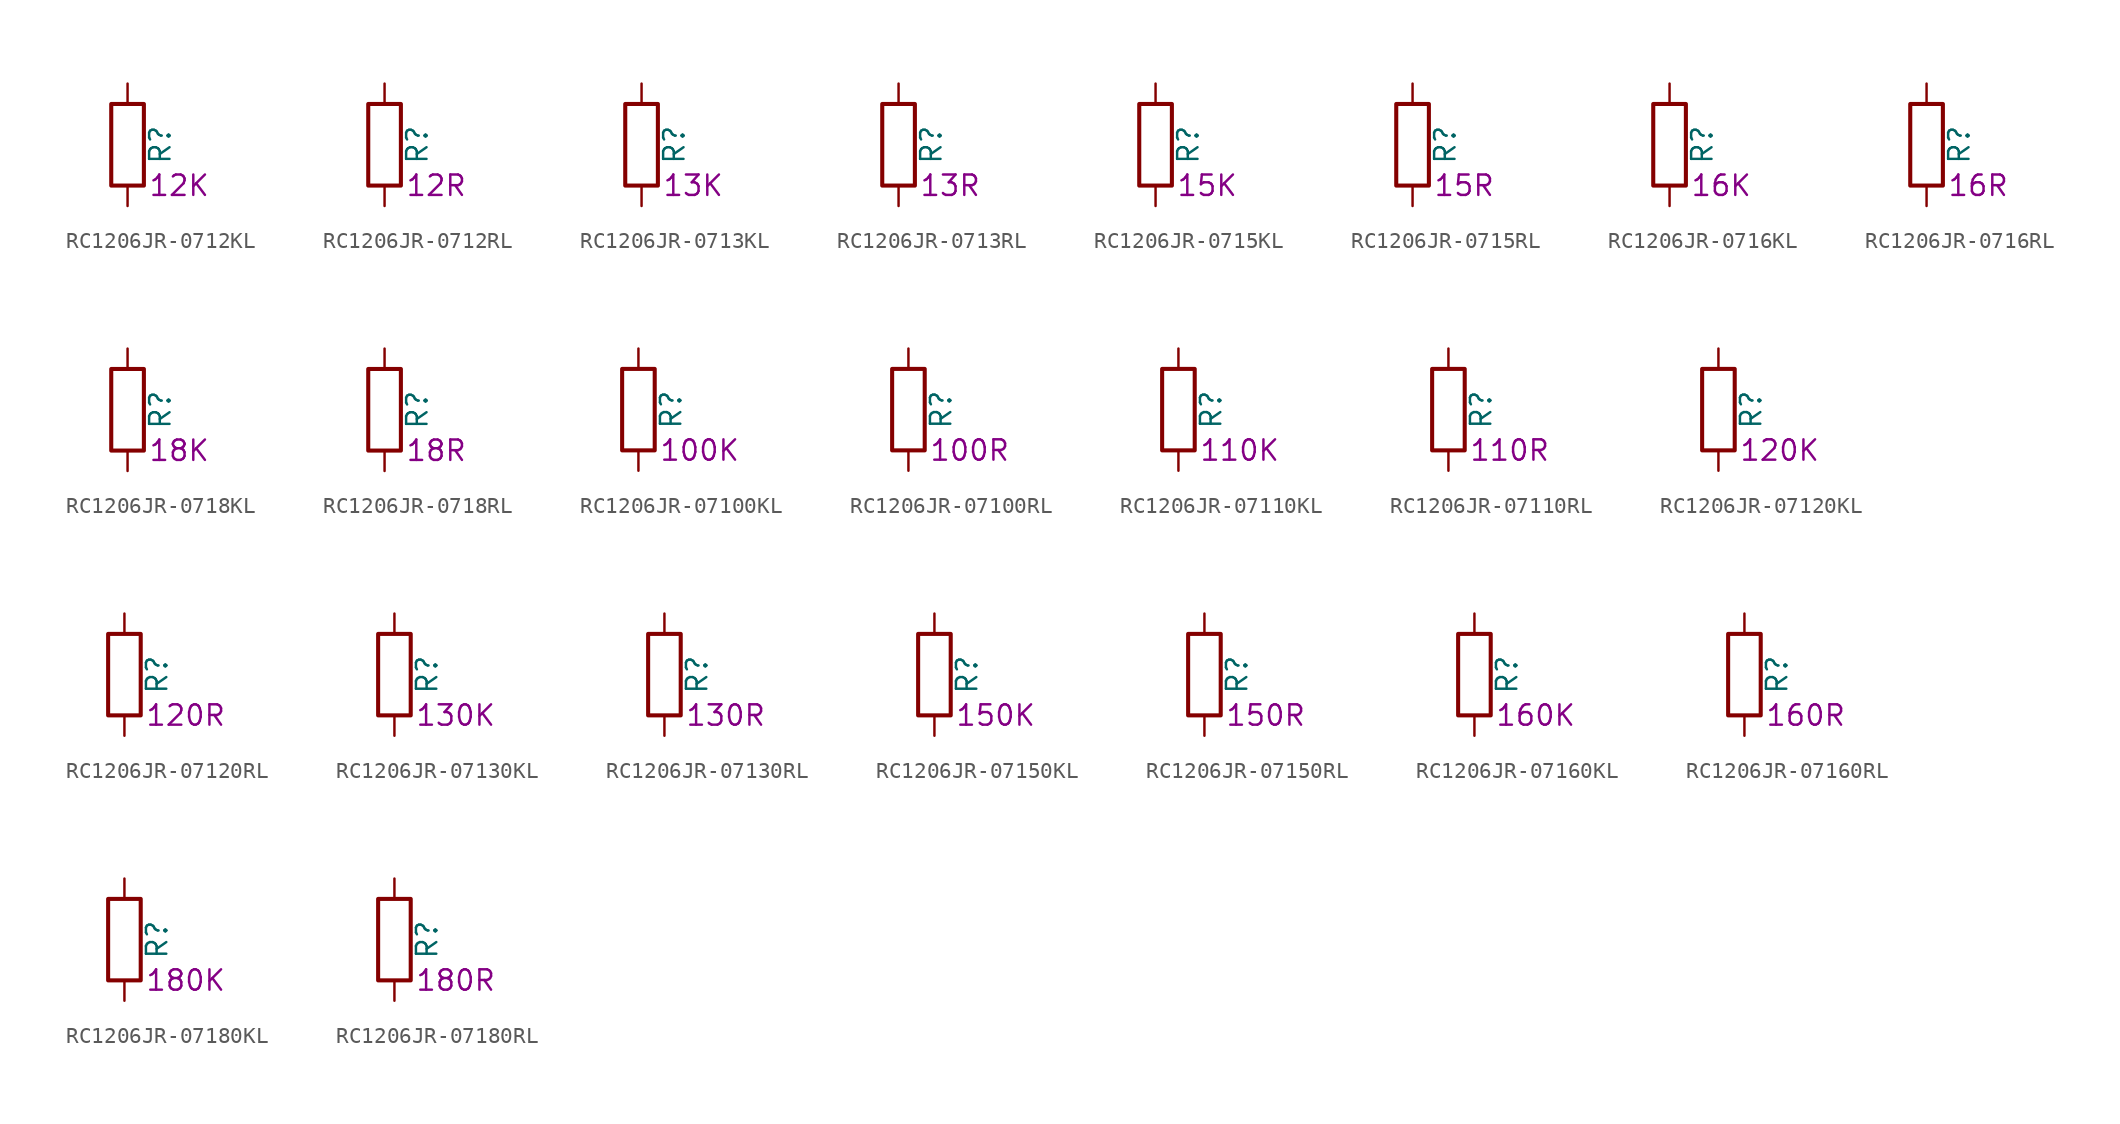
<source format=kicad_sym>
(kicad_symbol_lib
  (version 20220914)
  (generator kicad_symbol_editor)
  (symbol "RC1206JR-0712KL"
    (pin_numbers hide)
    (pin_names
      (offset 0))
    (property "Reference" "R"
      (at 2.032 0 90)
      (effects (font (size 1.27 1.27))))
    (property "Resistance" "12K"
      (at 1.27 -2.54 0)
      (effects (font (size 1.27 1.27)) (justify left)))
    (symbol "RC1206JR-0712KL_0_1"
      (rectangle (start -1.016 -2.54) (end 1.016 2.54) (stroke (width 0.254) (type default)) (fill (type none))))
    (symbol "RC1206JR-0712KL_1_1"
      (pin passive line (at 0 3.81 270) (length 1.27) (name "~" (effects (font (size 1.27 1.27)))) (number "1" (effects (font (size 1.27 1.27)))))
      (pin passive line (at 0 -3.81 90) (length 1.27) (name "~" (effects (font (size 1.27 1.27)))) (number "2" (effects (font (size 1.27 1.27)))))))
  (symbol "RC1206JR-0712RL"
    (pin_numbers hide)
    (pin_names
      (offset 0))
    (property "Reference" "R"
      (at 2.032 0 90)
      (effects (font (size 1.27 1.27))))
    (property "Resistance" "12R"
      (at 1.27 -2.54 0)
      (effects (font (size 1.27 1.27)) (justify left)))
    (symbol "RC1206JR-0712RL_0_1"
      (rectangle (start -1.016 -2.54) (end 1.016 2.54) (stroke (width 0.254) (type default)) (fill (type none))))
    (symbol "RC1206JR-0712RL_1_1"
      (pin passive line (at 0 3.81 270) (length 1.27) (name "~" (effects (font (size 1.27 1.27)))) (number "1" (effects (font (size 1.27 1.27)))))
      (pin passive line (at 0 -3.81 90) (length 1.27) (name "~" (effects (font (size 1.27 1.27)))) (number "2" (effects (font (size 1.27 1.27)))))))
  (symbol "RC1206JR-0713KL"
    (pin_numbers hide)
    (pin_names
      (offset 0))
    (property "Reference" "R"
      (at 2.032 0 90)
      (effects (font (size 1.27 1.27))))
    (property "Resistance" "13K"
      (at 1.27 -2.54 0)
      (effects (font (size 1.27 1.27)) (justify left)))
    (symbol "RC1206JR-0713KL_0_1"
      (rectangle (start -1.016 -2.54) (end 1.016 2.54) (stroke (width 0.254) (type default)) (fill (type none))))
    (symbol "RC1206JR-0713KL_1_1"
      (pin passive line (at 0 3.81 270) (length 1.27) (name "~" (effects (font (size 1.27 1.27)))) (number "1" (effects (font (size 1.27 1.27)))))
      (pin passive line (at 0 -3.81 90) (length 1.27) (name "~" (effects (font (size 1.27 1.27)))) (number "2" (effects (font (size 1.27 1.27)))))))
  (symbol "RC1206JR-0713RL"
    (pin_numbers hide)
    (pin_names
      (offset 0))
    (property "Reference" "R"
      (at 2.032 0 90)
      (effects (font (size 1.27 1.27))))
    (property "Resistance" "13R"
      (at 1.27 -2.54 0)
      (effects (font (size 1.27 1.27)) (justify left)))
    (symbol "RC1206JR-0713RL_0_1"
      (rectangle (start -1.016 -2.54) (end 1.016 2.54) (stroke (width 0.254) (type default)) (fill (type none))))
    (symbol "RC1206JR-0713RL_1_1"
      (pin passive line (at 0 3.81 270) (length 1.27) (name "~" (effects (font (size 1.27 1.27)))) (number "1" (effects (font (size 1.27 1.27)))))
      (pin passive line (at 0 -3.81 90) (length 1.27) (name "~" (effects (font (size 1.27 1.27)))) (number "2" (effects (font (size 1.27 1.27)))))))
  (symbol "RC1206JR-0715KL"
    (pin_numbers hide)
    (pin_names
      (offset 0))
    (property "Reference" "R"
      (at 2.032 0 90)
      (effects (font (size 1.27 1.27))))
    (property "Resistance" "15K"
      (at 1.27 -2.54 0)
      (effects (font (size 1.27 1.27)) (justify left)))
    (symbol "RC1206JR-0715KL_0_1"
      (rectangle (start -1.016 -2.54) (end 1.016 2.54) (stroke (width 0.254) (type default)) (fill (type none))))
    (symbol "RC1206JR-0715KL_1_1"
      (pin passive line (at 0 3.81 270) (length 1.27) (name "~" (effects (font (size 1.27 1.27)))) (number "1" (effects (font (size 1.27 1.27)))))
      (pin passive line (at 0 -3.81 90) (length 1.27) (name "~" (effects (font (size 1.27 1.27)))) (number "2" (effects (font (size 1.27 1.27)))))))
  (symbol "RC1206JR-0715RL"
    (pin_numbers hide)
    (pin_names
      (offset 0))
    (property "Reference" "R"
      (at 2.032 0 90)
      (effects (font (size 1.27 1.27))))
    (property "Resistance" "15R"
      (at 1.27 -2.54 0)
      (effects (font (size 1.27 1.27)) (justify left)))
    (symbol "RC1206JR-0715RL_0_1"
      (rectangle (start -1.016 -2.54) (end 1.016 2.54) (stroke (width 0.254) (type default)) (fill (type none))))
    (symbol "RC1206JR-0715RL_1_1"
      (pin passive line (at 0 3.81 270) (length 1.27) (name "~" (effects (font (size 1.27 1.27)))) (number "1" (effects (font (size 1.27 1.27)))))
      (pin passive line (at 0 -3.81 90) (length 1.27) (name "~" (effects (font (size 1.27 1.27)))) (number "2" (effects (font (size 1.27 1.27)))))))
  (symbol "RC1206JR-0716KL"
    (pin_numbers hide)
    (pin_names
      (offset 0))
    (property "Reference" "R"
      (at 2.032 0 90)
      (effects (font (size 1.27 1.27))))
    (property "Resistance" "16K"
      (at 1.27 -2.54 0)
      (effects (font (size 1.27 1.27)) (justify left)))
    (symbol "RC1206JR-0716KL_0_1"
      (rectangle (start -1.016 -2.54) (end 1.016 2.54) (stroke (width 0.254) (type default)) (fill (type none))))
    (symbol "RC1206JR-0716KL_1_1"
      (pin passive line (at 0 3.81 270) (length 1.27) (name "~" (effects (font (size 1.27 1.27)))) (number "1" (effects (font (size 1.27 1.27)))))
      (pin passive line (at 0 -3.81 90) (length 1.27) (name "~" (effects (font (size 1.27 1.27)))) (number "2" (effects (font (size 1.27 1.27)))))))
  (symbol "RC1206JR-0716RL"
    (pin_numbers hide)
    (pin_names
      (offset 0))
    (property "Reference" "R"
      (at 2.032 0 90)
      (effects (font (size 1.27 1.27))))
    (property "Resistance" "16R"
      (at 1.27 -2.54 0)
      (effects (font (size 1.27 1.27)) (justify left)))
    (symbol "RC1206JR-0716RL_0_1"
      (rectangle (start -1.016 -2.54) (end 1.016 2.54) (stroke (width 0.254) (type default)) (fill (type none))))
    (symbol "RC1206JR-0716RL_1_1"
      (pin passive line (at 0 3.81 270) (length 1.27) (name "~" (effects (font (size 1.27 1.27)))) (number "1" (effects (font (size 1.27 1.27)))))
      (pin passive line (at 0 -3.81 90) (length 1.27) (name "~" (effects (font (size 1.27 1.27)))) (number "2" (effects (font (size 1.27 1.27)))))))
  (symbol "RC1206JR-0718KL"
    (pin_numbers hide)
    (pin_names
      (offset 0))
    (property "Reference" "R"
      (at 2.032 0 90)
      (effects (font (size 1.27 1.27))))
    (property "Resistance" "18K"
      (at 1.27 -2.54 0)
      (effects (font (size 1.27 1.27)) (justify left)))
    (symbol "RC1206JR-0718KL_0_1"
      (rectangle (start -1.016 -2.54) (end 1.016 2.54) (stroke (width 0.254) (type default)) (fill (type none))))
    (symbol "RC1206JR-0718KL_1_1"
      (pin passive line (at 0 3.81 270) (length 1.27) (name "~" (effects (font (size 1.27 1.27)))) (number "1" (effects (font (size 1.27 1.27)))))
      (pin passive line (at 0 -3.81 90) (length 1.27) (name "~" (effects (font (size 1.27 1.27)))) (number "2" (effects (font (size 1.27 1.27)))))))
  (symbol "RC1206JR-0718RL"
    (pin_numbers hide)
    (pin_names
      (offset 0))
    (property "Reference" "R"
      (at 2.032 0 90)
      (effects (font (size 1.27 1.27))))
    (property "Resistance" "18R"
      (at 1.27 -2.54 0)
      (effects (font (size 1.27 1.27)) (justify left)))
    (symbol "RC1206JR-0718RL_0_1"
      (rectangle (start -1.016 -2.54) (end 1.016 2.54) (stroke (width 0.254) (type default)) (fill (type none))))
    (symbol "RC1206JR-0718RL_1_1"
      (pin passive line (at 0 3.81 270) (length 1.27) (name "~" (effects (font (size 1.27 1.27)))) (number "1" (effects (font (size 1.27 1.27)))))
      (pin passive line (at 0 -3.81 90) (length 1.27) (name "~" (effects (font (size 1.27 1.27)))) (number "2" (effects (font (size 1.27 1.27)))))))
  (symbol "RC1206JR-07100KL"
    (pin_numbers hide)
    (pin_names
      (offset 0))
    (property "Reference" "R"
      (at 2.032 0 90)
      (effects (font (size 1.27 1.27))))
    (property "Resistance" "100K"
      (at 1.27 -2.54 0)
      (effects (font (size 1.27 1.27)) (justify left)))
    (symbol "RC1206JR-07100KL_0_1"
      (rectangle (start -1.016 -2.54) (end 1.016 2.54) (stroke (width 0.254) (type default)) (fill (type none))))
    (symbol "RC1206JR-07100KL_1_1"
      (pin passive line (at 0 3.81 270) (length 1.27) (name "~" (effects (font (size 1.27 1.27)))) (number "1" (effects (font (size 1.27 1.27)))))
      (pin passive line (at 0 -3.81 90) (length 1.27) (name "~" (effects (font (size 1.27 1.27)))) (number "2" (effects (font (size 1.27 1.27)))))))
  (symbol "RC1206JR-07100RL"
    (pin_numbers hide)
    (pin_names
      (offset 0))
    (property "Reference" "R"
      (at 2.032 0 90)
      (effects (font (size 1.27 1.27))))
    (property "Resistance" "100R"
      (at 1.27 -2.54 0)
      (effects (font (size 1.27 1.27)) (justify left)))
    (symbol "RC1206JR-07100RL_0_1"
      (rectangle (start -1.016 -2.54) (end 1.016 2.54) (stroke (width 0.254) (type default)) (fill (type none))))
    (symbol "RC1206JR-07100RL_1_1"
      (pin passive line (at 0 3.81 270) (length 1.27) (name "~" (effects (font (size 1.27 1.27)))) (number "1" (effects (font (size 1.27 1.27)))))
      (pin passive line (at 0 -3.81 90) (length 1.27) (name "~" (effects (font (size 1.27 1.27)))) (number "2" (effects (font (size 1.27 1.27)))))))
  (symbol "RC1206JR-07110KL"
    (pin_numbers hide)
    (pin_names
      (offset 0))
    (property "Reference" "R"
      (at 2.032 0 90)
      (effects (font (size 1.27 1.27))))
    (property "Resistance" "110K"
      (at 1.27 -2.54 0)
      (effects (font (size 1.27 1.27)) (justify left)))
    (symbol "RC1206JR-07110KL_0_1"
      (rectangle (start -1.016 -2.54) (end 1.016 2.54) (stroke (width 0.254) (type default)) (fill (type none))))
    (symbol "RC1206JR-07110KL_1_1"
      (pin passive line (at 0 3.81 270) (length 1.27) (name "~" (effects (font (size 1.27 1.27)))) (number "1" (effects (font (size 1.27 1.27)))))
      (pin passive line (at 0 -3.81 90) (length 1.27) (name "~" (effects (font (size 1.27 1.27)))) (number "2" (effects (font (size 1.27 1.27)))))))
  (symbol "RC1206JR-07110RL"
    (pin_numbers hide)
    (pin_names
      (offset 0))
    (property "Reference" "R"
      (at 2.032 0 90)
      (effects (font (size 1.27 1.27))))
    (property "Resistance" "110R"
      (at 1.27 -2.54 0)
      (effects (font (size 1.27 1.27)) (justify left)))
    (symbol "RC1206JR-07110RL_0_1"
      (rectangle (start -1.016 -2.54) (end 1.016 2.54) (stroke (width 0.254) (type default)) (fill (type none))))
    (symbol "RC1206JR-07110RL_1_1"
      (pin passive line (at 0 3.81 270) (length 1.27) (name "~" (effects (font (size 1.27 1.27)))) (number "1" (effects (font (size 1.27 1.27)))))
      (pin passive line (at 0 -3.81 90) (length 1.27) (name "~" (effects (font (size 1.27 1.27)))) (number "2" (effects (font (size 1.27 1.27)))))))
  (symbol "RC1206JR-07120KL"
    (pin_numbers hide)
    (pin_names
      (offset 0))
    (property "Reference" "R"
      (at 2.032 0 90)
      (effects (font (size 1.27 1.27))))
    (property "Resistance" "120K"
      (at 1.27 -2.54 0)
      (effects (font (size 1.27 1.27)) (justify left)))
    (symbol "RC1206JR-07120KL_0_1"
      (rectangle (start -1.016 -2.54) (end 1.016 2.54) (stroke (width 0.254) (type default)) (fill (type none))))
    (symbol "RC1206JR-07120KL_1_1"
      (pin passive line (at 0 3.81 270) (length 1.27) (name "~" (effects (font (size 1.27 1.27)))) (number "1" (effects (font (size 1.27 1.27)))))
      (pin passive line (at 0 -3.81 90) (length 1.27) (name "~" (effects (font (size 1.27 1.27)))) (number "2" (effects (font (size 1.27 1.27)))))))
  (symbol "RC1206JR-07120RL"
    (pin_numbers hide)
    (pin_names
      (offset 0))
    (property "Reference" "R"
      (at 2.032 0 90)
      (effects (font (size 1.27 1.27))))
    (property "Resistance" "120R"
      (at 1.27 -2.54 0)
      (effects (font (size 1.27 1.27)) (justify left)))
    (symbol "RC1206JR-07120RL_0_1"
      (rectangle (start -1.016 -2.54) (end 1.016 2.54) (stroke (width 0.254) (type default)) (fill (type none))))
    (symbol "RC1206JR-07120RL_1_1"
      (pin passive line (at 0 3.81 270) (length 1.27) (name "~" (effects (font (size 1.27 1.27)))) (number "1" (effects (font (size 1.27 1.27)))))
      (pin passive line (at 0 -3.81 90) (length 1.27) (name "~" (effects (font (size 1.27 1.27)))) (number "2" (effects (font (size 1.27 1.27)))))))
  (symbol "RC1206JR-07130KL"
    (pin_numbers hide)
    (pin_names
      (offset 0))
    (property "Reference" "R"
      (at 2.032 0 90)
      (effects (font (size 1.27 1.27))))
    (property "Resistance" "130K"
      (at 1.27 -2.54 0)
      (effects (font (size 1.27 1.27)) (justify left)))
    (symbol "RC1206JR-07130KL_0_1"
      (rectangle (start -1.016 -2.54) (end 1.016 2.54) (stroke (width 0.254) (type default)) (fill (type none))))
    (symbol "RC1206JR-07130KL_1_1"
      (pin passive line (at 0 3.81 270) (length 1.27) (name "~" (effects (font (size 1.27 1.27)))) (number "1" (effects (font (size 1.27 1.27)))))
      (pin passive line (at 0 -3.81 90) (length 1.27) (name "~" (effects (font (size 1.27 1.27)))) (number "2" (effects (font (size 1.27 1.27)))))))
  (symbol "RC1206JR-07130RL"
    (pin_numbers hide)
    (pin_names
      (offset 0))
    (property "Reference" "R"
      (at 2.032 0 90)
      (effects (font (size 1.27 1.27))))
    (property "Resistance" "130R"
      (at 1.27 -2.54 0)
      (effects (font (size 1.27 1.27)) (justify left)))
    (symbol "RC1206JR-07130RL_0_1"
      (rectangle (start -1.016 -2.54) (end 1.016 2.54) (stroke (width 0.254) (type default)) (fill (type none))))
    (symbol "RC1206JR-07130RL_1_1"
      (pin passive line (at 0 3.81 270) (length 1.27) (name "~" (effects (font (size 1.27 1.27)))) (number "1" (effects (font (size 1.27 1.27)))))
      (pin passive line (at 0 -3.81 90) (length 1.27) (name "~" (effects (font (size 1.27 1.27)))) (number "2" (effects (font (size 1.27 1.27)))))))
  (symbol "RC1206JR-07150KL"
    (pin_numbers hide)
    (pin_names
      (offset 0))
    (property "Reference" "R"
      (at 2.032 0 90)
      (effects (font (size 1.27 1.27))))
    (property "Resistance" "150K"
      (at 1.27 -2.54 0)
      (effects (font (size 1.27 1.27)) (justify left)))
    (symbol "RC1206JR-07150KL_0_1"
      (rectangle (start -1.016 -2.54) (end 1.016 2.54) (stroke (width 0.254) (type default)) (fill (type none))))
    (symbol "RC1206JR-07150KL_1_1"
      (pin passive line (at 0 3.81 270) (length 1.27) (name "~" (effects (font (size 1.27 1.27)))) (number "1" (effects (font (size 1.27 1.27)))))
      (pin passive line (at 0 -3.81 90) (length 1.27) (name "~" (effects (font (size 1.27 1.27)))) (number "2" (effects (font (size 1.27 1.27)))))))
  (symbol "RC1206JR-07150RL"
    (pin_numbers hide)
    (pin_names
      (offset 0))
    (property "Reference" "R"
      (at 2.032 0 90)
      (effects (font (size 1.27 1.27))))
    (property "Resistance" "150R"
      (at 1.27 -2.54 0)
      (effects (font (size 1.27 1.27)) (justify left)))
    (symbol "RC1206JR-07150RL_0_1"
      (rectangle (start -1.016 -2.54) (end 1.016 2.54) (stroke (width 0.254) (type default)) (fill (type none))))
    (symbol "RC1206JR-07150RL_1_1"
      (pin passive line (at 0 3.81 270) (length 1.27) (name "~" (effects (font (size 1.27 1.27)))) (number "1" (effects (font (size 1.27 1.27)))))
      (pin passive line (at 0 -3.81 90) (length 1.27) (name "~" (effects (font (size 1.27 1.27)))) (number "2" (effects (font (size 1.27 1.27)))))))
  (symbol "RC1206JR-07160KL"
    (pin_numbers hide)
    (pin_names
      (offset 0))
    (property "Reference" "R"
      (at 2.032 0 90)
      (effects (font (size 1.27 1.27))))
    (property "Resistance" "160K"
      (at 1.27 -2.54 0)
      (effects (font (size 1.27 1.27)) (justify left)))
    (symbol "RC1206JR-07160KL_0_1"
      (rectangle (start -1.016 -2.54) (end 1.016 2.54) (stroke (width 0.254) (type default)) (fill (type none))))
    (symbol "RC1206JR-07160KL_1_1"
      (pin passive line (at 0 3.81 270) (length 1.27) (name "~" (effects (font (size 1.27 1.27)))) (number "1" (effects (font (size 1.27 1.27)))))
      (pin passive line (at 0 -3.81 90) (length 1.27) (name "~" (effects (font (size 1.27 1.27)))) (number "2" (effects (font (size 1.27 1.27)))))))
  (symbol "RC1206JR-07160RL"
    (pin_numbers hide)
    (pin_names
      (offset 0))
    (property "Reference" "R"
      (at 2.032 0 90)
      (effects (font (size 1.27 1.27))))
    (property "Resistance" "160R"
      (at 1.27 -2.54 0)
      (effects (font (size 1.27 1.27)) (justify left)))
    (symbol "RC1206JR-07160RL_0_1"
      (rectangle (start -1.016 -2.54) (end 1.016 2.54) (stroke (width 0.254) (type default)) (fill (type none))))
    (symbol "RC1206JR-07160RL_1_1"
      (pin passive line (at 0 3.81 270) (length 1.27) (name "~" (effects (font (size 1.27 1.27)))) (number "1" (effects (font (size 1.27 1.27)))))
      (pin passive line (at 0 -3.81 90) (length 1.27) (name "~" (effects (font (size 1.27 1.27)))) (number "2" (effects (font (size 1.27 1.27)))))))
  (symbol "RC1206JR-07180KL"
    (pin_numbers hide)
    (pin_names
      (offset 0))
    (property "Reference" "R"
      (at 2.032 0 90)
      (effects (font (size 1.27 1.27))))
    (property "Resistance" "180K"
      (at 1.27 -2.54 0)
      (effects (font (size 1.27 1.27)) (justify left)))
    (symbol "RC1206JR-07180KL_0_1"
      (rectangle (start -1.016 -2.54) (end 1.016 2.54) (stroke (width 0.254) (type default)) (fill (type none))))
    (symbol "RC1206JR-07180KL_1_1"
      (pin passive line (at 0 3.81 270) (length 1.27) (name "~" (effects (font (size 1.27 1.27)))) (number "1" (effects (font (size 1.27 1.27)))))
      (pin passive line (at 0 -3.81 90) (length 1.27) (name "~" (effects (font (size 1.27 1.27)))) (number "2" (effects (font (size 1.27 1.27)))))))
  (symbol "RC1206JR-07180RL"
    (pin_numbers hide)
    (pin_names
      (offset 0))
    (property "Reference" "R"
      (at 2.032 0 90)
      (effects (font (size 1.27 1.27))))
    (property "Resistance" "180R"
      (at 1.27 -2.54 0)
      (effects (font (size 1.27 1.27)) (justify left)))
    (symbol "RC1206JR-07180RL_0_1"
      (rectangle (start -1.016 -2.54) (end 1.016 2.54) (stroke (width 0.254) (type default)) (fill (type none))))
    (symbol "RC1206JR-07180RL_1_1"
      (pin passive line (at 0 3.81 270) (length 1.27) (name "~" (effects (font (size 1.27 1.27)))) (number "1" (effects (font (size 1.27 1.27)))))
      (pin passive line (at 0 -3.81 90) (length 1.27) (name "~" (effects (font (size 1.27 1.27)))) (number "2" (effects (font (size 1.27 1.27))))))))
</source>
